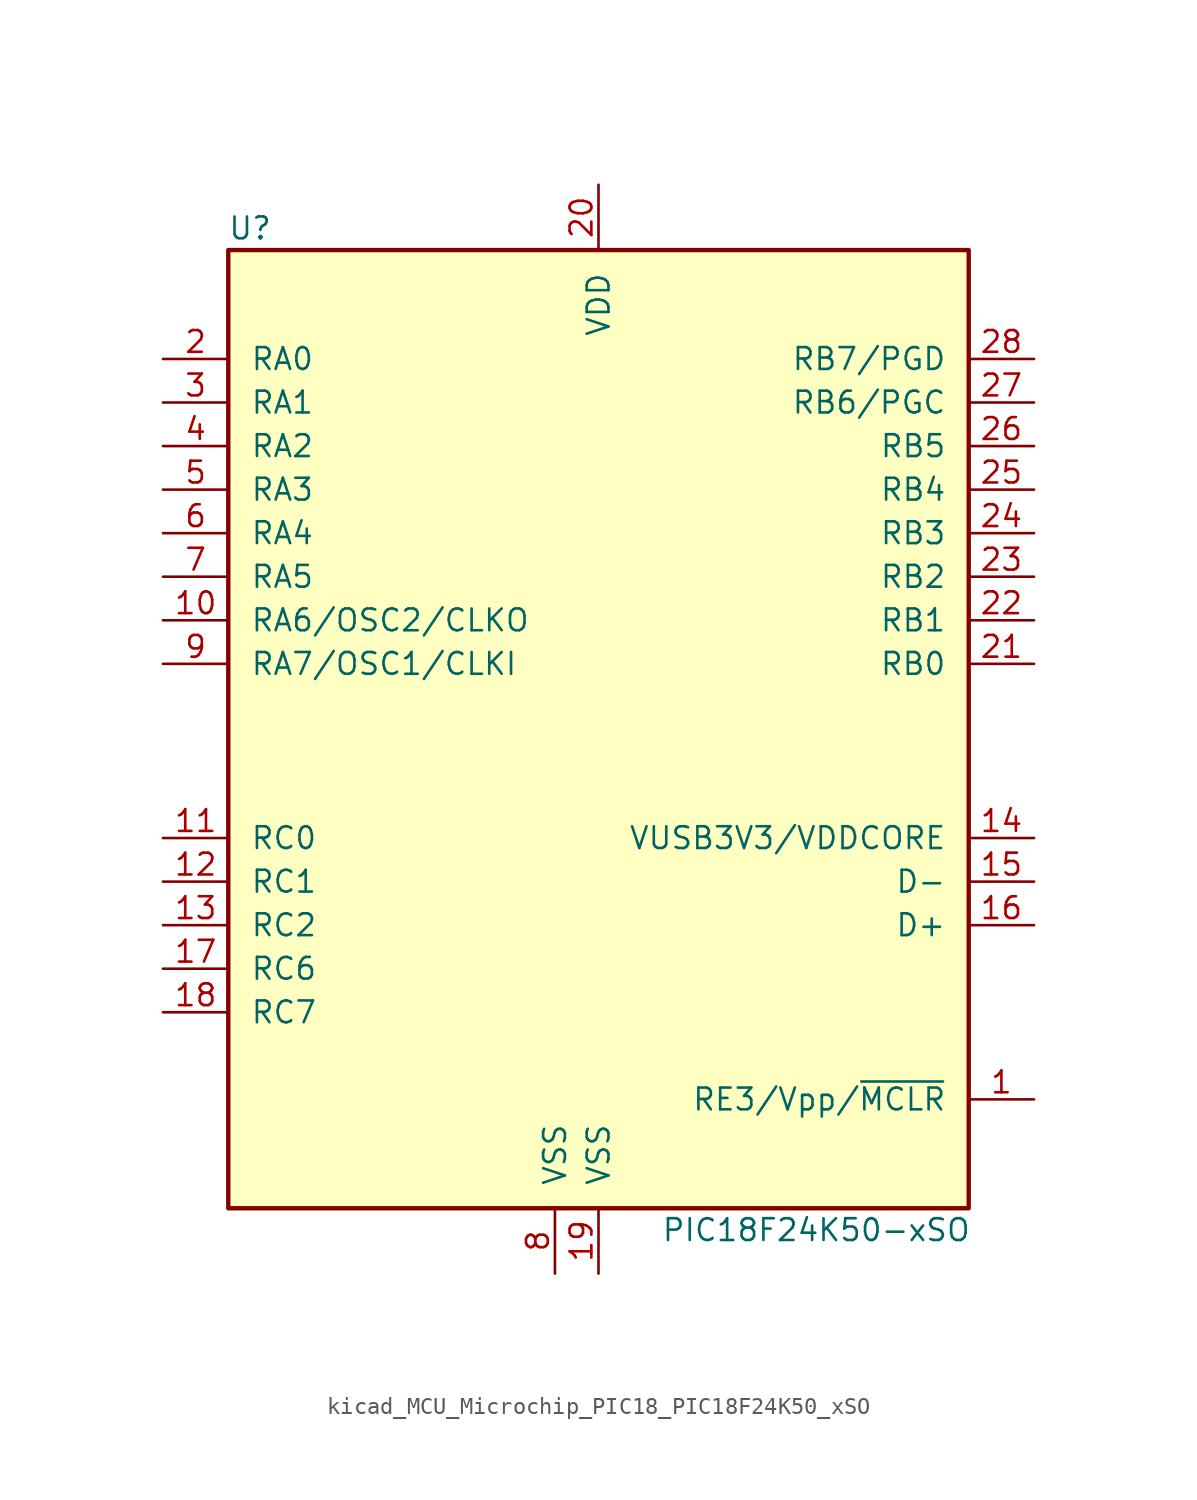
<source format=kicad_sym>
(kicad_symbol_lib
  (version 20220914)
  (generator kicad_symbol_editor)
  (symbol "kicad_MCU_Microchip_PIC18_PIC18F24K50_xSO"
    (pin_names
      (offset 1.27))
    (property "Reference" "U"
      (at -20.32 30.48 0)
      (effects (font (size 1.27 1.27))))
    (property "Value" "PIC18F24K50-xSO"
      (at 12.7 -27.94 0)
      (effects (font (size 1.27 1.27))))
    (symbol "kicad_MCU_Microchip_PIC18_PIC18F24K50_xSO_0_1"
      (rectangle (start -21.59 29.21) (end 21.59 -26.67) (stroke (width 0.254) (type default)) (fill (type background))))
    (symbol "kicad_MCU_Microchip_PIC18_PIC18F24K50_xSO_1_1"
      (pin input line (at 25.4 -20.32 180) (length 3.81) (name "RE3/Vpp/~{MCLR}" (effects (font (size 1.27 1.27)))) (number "1" (effects (font (size 1.27 1.27)))))
      (pin output line (at -25.4 7.62 0) (length 3.81) (name "RA6/OSC2/CLKO" (effects (font (size 1.27 1.27)))) (number "10" (effects (font (size 1.27 1.27)))))
      (pin bidirectional line (at -25.4 -5.08 0) (length 3.81) (name "RC0" (effects (font (size 1.27 1.27)))) (number "11" (effects (font (size 1.27 1.27)))))
      (pin bidirectional line (at -25.4 -7.62 0) (length 3.81) (name "RC1" (effects (font (size 1.27 1.27)))) (number "12" (effects (font (size 1.27 1.27)))))
      (pin bidirectional line (at -25.4 -10.16 0) (length 3.81) (name "RC2" (effects (font (size 1.27 1.27)))) (number "13" (effects (font (size 1.27 1.27)))))
      (pin bidirectional line (at 25.4 -5.08 180) (length 3.81) (name "VUSB3V3/VDDCORE" (effects (font (size 1.27 1.27)))) (number "14" (effects (font (size 1.27 1.27)))))
      (pin bidirectional line (at 25.4 -7.62 180) (length 3.81) (name "D-" (effects (font (size 1.27 1.27)))) (number "15" (effects (font (size 1.27 1.27)))))
      (pin bidirectional line (at 25.4 -10.16 180) (length 3.81) (name "D+" (effects (font (size 1.27 1.27)))) (number "16" (effects (font (size 1.27 1.27)))))
      (pin bidirectional line (at -25.4 -12.7 0) (length 3.81) (name "RC6" (effects (font (size 1.27 1.27)))) (number "17" (effects (font (size 1.27 1.27)))))
      (pin bidirectional line (at -25.4 -15.24 0) (length 3.81) (name "RC7" (effects (font (size 1.27 1.27)))) (number "18" (effects (font (size 1.27 1.27)))))
      (pin power_in line (at 0 -30.48 90) (length 3.81) (name "VSS" (effects (font (size 1.27 1.27)))) (number "19" (effects (font (size 1.27 1.27)))))
      (pin bidirectional line (at -25.4 22.86 0) (length 3.81) (name "RA0" (effects (font (size 1.27 1.27)))) (number "2" (effects (font (size 1.27 1.27)))))
      (pin power_in line (at 0 33.02 270) (length 3.81) (name "VDD" (effects (font (size 1.27 1.27)))) (number "20" (effects (font (size 1.27 1.27)))))
      (pin bidirectional line (at 25.4 5.08 180) (length 3.81) (name "RB0" (effects (font (size 1.27 1.27)))) (number "21" (effects (font (size 1.27 1.27)))))
      (pin bidirectional line (at 25.4 7.62 180) (length 3.81) (name "RB1" (effects (font (size 1.27 1.27)))) (number "22" (effects (font (size 1.27 1.27)))))
      (pin bidirectional line (at 25.4 10.16 180) (length 3.81) (name "RB2" (effects (font (size 1.27 1.27)))) (number "23" (effects (font (size 1.27 1.27)))))
      (pin bidirectional line (at 25.4 12.7 180) (length 3.81) (name "RB3" (effects (font (size 1.27 1.27)))) (number "24" (effects (font (size 1.27 1.27)))))
      (pin bidirectional line (at 25.4 15.24 180) (length 3.81) (name "RB4" (effects (font (size 1.27 1.27)))) (number "25" (effects (font (size 1.27 1.27)))))
      (pin bidirectional line (at 25.4 17.78 180) (length 3.81) (name "RB5" (effects (font (size 1.27 1.27)))) (number "26" (effects (font (size 1.27 1.27)))))
      (pin bidirectional line (at 25.4 20.32 180) (length 3.81) (name "RB6/PGC" (effects (font (size 1.27 1.27)))) (number "27" (effects (font (size 1.27 1.27)))))
      (pin bidirectional line (at 25.4 22.86 180) (length 3.81) (name "RB7/PGD" (effects (font (size 1.27 1.27)))) (number "28" (effects (font (size 1.27 1.27)))))
      (pin bidirectional line (at -25.4 20.32 0) (length 3.81) (name "RA1" (effects (font (size 1.27 1.27)))) (number "3" (effects (font (size 1.27 1.27)))))
      (pin bidirectional line (at -25.4 17.78 0) (length 3.81) (name "RA2" (effects (font (size 1.27 1.27)))) (number "4" (effects (font (size 1.27 1.27)))))
      (pin bidirectional line (at -25.4 15.24 0) (length 3.81) (name "RA3" (effects (font (size 1.27 1.27)))) (number "5" (effects (font (size 1.27 1.27)))))
      (pin bidirectional line (at -25.4 12.7 0) (length 3.81) (name "RA4" (effects (font (size 1.27 1.27)))) (number "6" (effects (font (size 1.27 1.27)))))
      (pin bidirectional line (at -25.4 10.16 0) (length 3.81) (name "RA5" (effects (font (size 1.27 1.27)))) (number "7" (effects (font (size 1.27 1.27)))))
      (pin power_in line (at -2.54 -30.48 90) (length 3.81) (name "VSS" (effects (font (size 1.27 1.27)))) (number "8" (effects (font (size 1.27 1.27)))))
      (pin input line (at -25.4 5.08 0) (length 3.81) (name "RA7/OSC1/CLKI" (effects (font (size 1.27 1.27)))) (number "9" (effects (font (size 1.27 1.27))))))))
</source>
